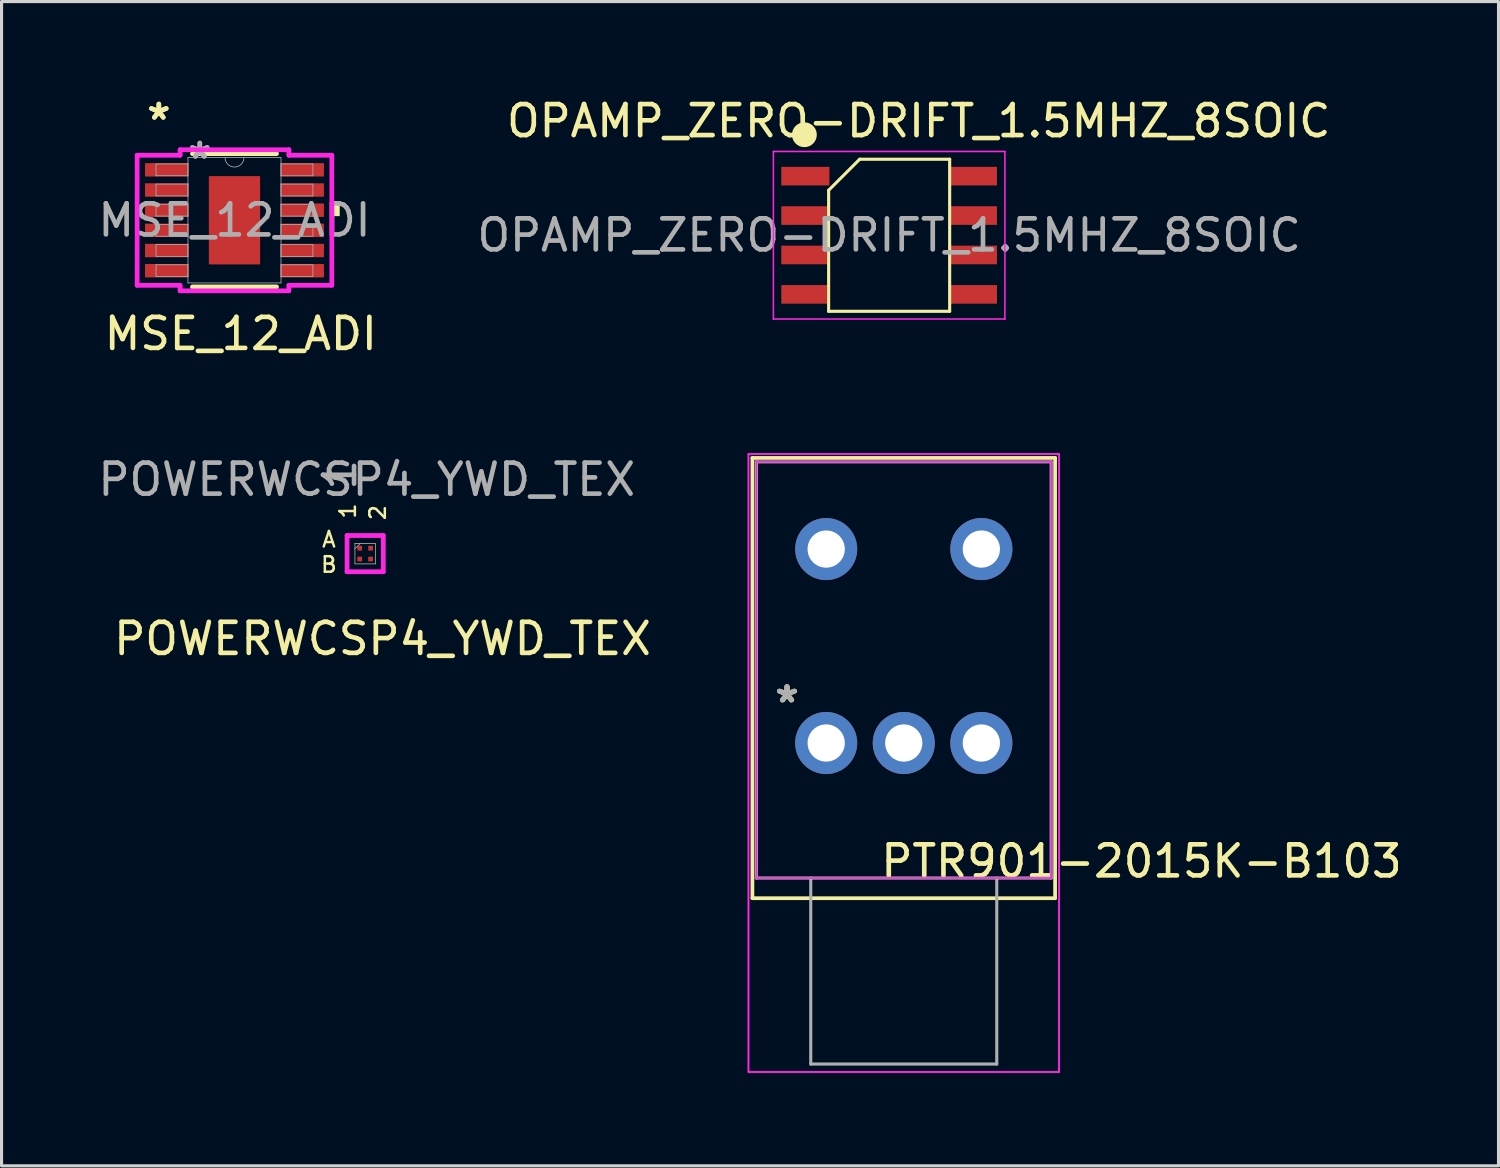
<source format=kicad_pcb>
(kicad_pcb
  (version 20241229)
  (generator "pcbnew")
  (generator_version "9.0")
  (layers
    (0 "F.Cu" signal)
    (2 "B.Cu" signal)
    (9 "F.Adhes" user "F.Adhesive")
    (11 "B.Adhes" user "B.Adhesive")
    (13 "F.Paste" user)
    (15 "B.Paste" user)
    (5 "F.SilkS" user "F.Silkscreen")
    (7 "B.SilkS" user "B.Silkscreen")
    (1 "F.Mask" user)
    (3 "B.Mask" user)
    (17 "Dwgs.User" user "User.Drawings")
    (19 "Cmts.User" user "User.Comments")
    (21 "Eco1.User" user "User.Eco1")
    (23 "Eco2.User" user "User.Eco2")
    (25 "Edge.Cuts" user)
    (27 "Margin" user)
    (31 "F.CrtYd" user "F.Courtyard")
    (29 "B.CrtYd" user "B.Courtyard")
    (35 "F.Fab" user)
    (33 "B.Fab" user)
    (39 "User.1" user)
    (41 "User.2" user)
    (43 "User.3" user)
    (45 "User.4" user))
  (footprint "PTR901-2015K-B103"
    (layer "F.Cu")
    (at 23.573 20.893)
    (property "Reference" "PTR901-2015K-B103" (at 10.16 3.81 0) (layer "F.SilkS") (effects (font (size 1 1) (thickness 0.15))))
    (attr through_hole)
    (fp_line (start -2.377 -9.187) (end -2.377 5) (stroke (width 0.12) (type solid)) (layer "F.SilkS"))
    (fp_line (start -2.377 5) (end 7.377 5) (stroke (width 0.12) (type solid)) (layer "F.SilkS"))
    (fp_line (start 7.377 -9.187) (end -2.377 -9.187) (stroke (width 0.12) (type solid)) (layer "F.SilkS"))
    (fp_line (start 7.377 5) (end 7.377 -9.187) (stroke (width 0.12) (type solid)) (layer "F.SilkS"))
    (fp_line (start -2.504 -9.314) (end -2.504 10.599) (stroke (width 0.05) (type solid)) (layer "F.CrtYd"))
    (fp_line (start -2.504 -9.314) (end -2.504 10.599) (stroke (width 0.05) (type solid)) (layer "F.CrtYd"))
    (fp_line (start -2.504 10.599) (end 7.504 10.599) (stroke (width 0.05) (type solid)) (layer "F.CrtYd"))
    (fp_line (start -2.504 10.599) (end 7.504 10.599) (stroke (width 0.05) (type solid)) (layer "F.CrtYd"))
    (fp_line (start -2.25 -9.06) (end -2.25 4.351) (stroke (width 0.05) (type solid)) (layer "F.CrtYd"))
    (fp_line (start -2.25 4.351) (end 7.25 4.351) (stroke (width 0.05) (type solid)) (layer "F.CrtYd"))
    (fp_line (start 7.25 -9.06) (end -2.25 -9.06) (stroke (width 0.05) (type solid)) (layer "F.CrtYd"))
    (fp_line (start 7.25 4.351) (end 7.25 -9.06) (stroke (width 0.05) (type solid)) (layer "F.CrtYd"))
    (fp_line (start 7.504 -9.314) (end -2.504 -9.314) (stroke (width 0.05) (type solid)) (layer "F.CrtYd"))
    (fp_line (start 7.504 -9.314) (end -2.504 -9.314) (stroke (width 0.05) (type solid)) (layer "F.CrtYd"))
    (fp_line (start 7.504 10.599) (end 7.504 -9.314) (stroke (width 0.05) (type solid)) (layer "F.CrtYd"))
    (fp_line (start 7.504 10.599) (end 7.504 -9.314) (stroke (width 0.05) (type solid)) (layer "F.CrtYd"))
    (fp_line (start -2.25 -9.06) (end -2.25 4.351) (stroke (width 0.1) (type solid)) (layer "F.Fab"))
    (fp_line (start -2.25 4.351) (end 7.25 4.351) (stroke (width 0.1) (type solid)) (layer "F.Fab"))
    (fp_line (start -0.497 4.351) (end -0.497 10.345) (stroke (width 0.1) (type solid)) (layer "F.Fab"))
    (fp_line (start -0.497 10.345) (end 5.497 10.345) (stroke (width 0.1) (type solid)) (layer "F.Fab"))
    (fp_line (start 5.497 4.351) (end 5.497 10.345) (stroke (width 0.1) (type solid)) (layer "F.Fab"))
    (fp_line (start 7.25 -9.06) (end -2.25 -9.06) (stroke (width 0.1) (type solid)) (layer "F.Fab"))
    (fp_line (start 7.25 4.351) (end 7.25 -9.06) (stroke (width 0.1) (type solid)) (layer "F.Fab"))
    (fp_text user "*" (at -1.25 -1.27 0) (layer "F.SilkS") (effects (font (size 1 1) (thickness 0.15))))
    (fp_text user "*" (at -1.27 -1.27 0) (layer "F.SilkS") (effects (font (size 1 1) (thickness 0.15))))
    (fp_text user "*" (at -1.27 -1.27 0) (layer "F.Fab") (effects (font (size 1 1) (thickness 0.15))))
    (fp_text user "*" (at -1.27 -1.27 0) (layer "F.Fab") (effects (font (size 1 1) (thickness 0.15))))
    (pad "1" thru_hole circle (at 0 0.000001) (size 2 2) (drill 1.2) (layers "*.Cu" "*.Mask"))
    (pad "2" thru_hole circle (at 2.5 0.000001) (size 2 2) (drill 1.2) (layers "*.Cu" "*.Mask"))
    (pad "3" thru_hole circle (at 5 0.000001) (size 2 2) (drill 1.2) (layers "*.Cu" "*.Mask"))
    (pad "4" thru_hole circle (at 0 -6.25) (size 2 2) (drill 1.2) (layers "*.Cu" "*.Mask"))
    (pad "6" thru_hole circle (at 5 -6.25) (size 2 2) (drill 1.2) (layers "*.Cu" "*.Mask")))
  (footprint "MSE_12_ADI"
    (layer "F.Cu")
    (at 4.506 4.048)
    (property "Reference" "MSE_12_ADI" (at 0.203 3.658 0) (unlocked yes) (layer "F.SilkS") (effects (font (size 1 1) (thickness 0.15))))
    (attr smd)
    (fp_line (start -1.354 2.146) (end 1.354 2.146) (stroke (width 0.152) (type solid)) (layer "F.SilkS"))
    (fp_line (start 1.354 -2.146) (end -1.354 -2.146) (stroke (width 0.152) (type solid)) (layer "F.SilkS"))
    (fp_poly (pts (xy 3.391 -0.515) (xy 3.391 -0.134) (xy 3.137 -0.134) (xy 3.137 -0.515)) (stroke (width 0) (type solid)) (fill yes) (layer "F.SilkS"))
    (fp_poly (pts (xy -0.726 -1.322) (xy -0.726 -0.1) (xy 0.726 -0.1) (xy 0.726 -1.322)) (stroke (width 0) (type solid)) (fill yes) (layer "F.Paste"))
    (fp_poly (pts (xy -0.726 0.1) (xy -0.726 1.322) (xy 0.726 1.322) (xy 0.726 0.1)) (stroke (width 0) (type solid)) (fill yes) (layer "F.Paste"))
    (fp_line (start -3.137 -2.095) (end -1.753 -2.095) (stroke (width 0.152) (type solid)) (layer "F.CrtYd"))
    (fp_line (start -3.137 2.095) (end -3.137 -2.095) (stroke (width 0.152) (type solid)) (layer "F.CrtYd"))
    (fp_line (start -3.137 2.095) (end -1.753 2.095) (stroke (width 0.152) (type solid)) (layer "F.CrtYd"))
    (fp_line (start -1.753 -2.273) (end 1.753 -2.273) (stroke (width 0.152) (type solid)) (layer "F.CrtYd"))
    (fp_line (start -1.753 -2.095) (end -1.753 -2.273) (stroke (width 0.152) (type solid)) (layer "F.CrtYd"))
    (fp_line (start -1.753 2.273) (end -1.753 2.095) (stroke (width 0.152) (type solid)) (layer "F.CrtYd"))
    (fp_line (start 1.753 -2.273) (end 1.753 -2.095) (stroke (width 0.152) (type solid)) (layer "F.CrtYd"))
    (fp_line (start 1.753 2.095) (end 1.753 2.273) (stroke (width 0.152) (type solid)) (layer "F.CrtYd"))
    (fp_line (start 1.753 2.273) (end -1.753 2.273) (stroke (width 0.152) (type solid)) (layer "F.CrtYd"))
    (fp_line (start 3.137 -2.095) (end 1.753 -2.095) (stroke (width 0.152) (type solid)) (layer "F.CrtYd"))
    (fp_line (start 3.137 -2.095) (end 3.137 2.095) (stroke (width 0.152) (type solid)) (layer "F.CrtYd"))
    (fp_line (start 3.137 2.095) (end 1.753 2.095) (stroke (width 0.152) (type solid)) (layer "F.CrtYd"))
    (fp_line (start -2.527 -1.816) (end -2.527 -1.435) (stroke (width 0.025) (type solid)) (layer "F.Fab"))
    (fp_line (start -2.527 -1.435) (end -1.499 -1.435) (stroke (width 0.025) (type solid)) (layer "F.Fab"))
    (fp_line (start -2.527 -1.166) (end -2.527 -0.785) (stroke (width 0.025) (type solid)) (layer "F.Fab"))
    (fp_line (start -2.527 -0.785) (end -1.499 -0.785) (stroke (width 0.025) (type solid)) (layer "F.Fab"))
    (fp_line (start -2.527 -0.516) (end -2.527 -0.135) (stroke (width 0.025) (type solid)) (layer "F.Fab"))
    (fp_line (start -2.527 -0.135) (end -1.499 -0.135) (stroke (width 0.025) (type solid)) (layer "F.Fab"))
    (fp_line (start -2.527 0.134) (end -2.527 0.515) (stroke (width 0.025) (type solid)) (layer "F.Fab"))
    (fp_line (start -2.527 0.515) (end -1.499 0.515) (stroke (width 0.025) (type solid)) (layer "F.Fab"))
    (fp_line (start -2.527 0.784) (end -2.527 1.165) (stroke (width 0.025) (type solid)) (layer "F.Fab"))
    (fp_line (start -2.527 1.165) (end -1.499 1.165) (stroke (width 0.025) (type solid)) (layer "F.Fab"))
    (fp_line (start -2.527 1.434) (end -2.527 1.815) (stroke (width 0.025) (type solid)) (layer "F.Fab"))
    (fp_line (start -2.527 1.815) (end -1.499 1.815) (stroke (width 0.025) (type solid)) (layer "F.Fab"))
    (fp_line (start -1.499 -2.019) (end -1.499 2.019) (stroke (width 0.025) (type solid)) (layer "F.Fab"))
    (fp_line (start -1.499 -1.816) (end -2.527 -1.816) (stroke (width 0.025) (type solid)) (layer "F.Fab"))
    (fp_line (start -1.499 -1.435) (end -1.499 -1.816) (stroke (width 0.025) (type solid)) (layer "F.Fab"))
    (fp_line (start -1.499 -1.166) (end -2.527 -1.166) (stroke (width 0.025) (type solid)) (layer "F.Fab"))
    (fp_line (start -1.499 -0.785) (end -1.499 -1.166) (stroke (width 0.025) (type solid)) (layer "F.Fab"))
    (fp_line (start -1.499 -0.516) (end -2.527 -0.516) (stroke (width 0.025) (type solid)) (layer "F.Fab"))
    (fp_line (start -1.499 -0.135) (end -1.499 -0.516) (stroke (width 0.025) (type solid)) (layer "F.Fab"))
    (fp_line (start -1.499 0.134) (end -2.527 0.134) (stroke (width 0.025) (type solid)) (layer "F.Fab"))
    (fp_line (start -1.499 0.515) (end -1.499 0.134) (stroke (width 0.025) (type solid)) (layer "F.Fab"))
    (fp_line (start -1.499 0.784) (end -2.527 0.784) (stroke (width 0.025) (type solid)) (layer "F.Fab"))
    (fp_line (start -1.499 1.165) (end -1.499 0.784) (stroke (width 0.025) (type solid)) (layer "F.Fab"))
    (fp_line (start -1.499 1.434) (end -2.527 1.434) (stroke (width 0.025) (type solid)) (layer "F.Fab"))
    (fp_line (start -1.499 1.815) (end -1.499 1.434) (stroke (width 0.025) (type solid)) (layer "F.Fab"))
    (fp_line (start -1.499 2.019) (end 1.499 2.019) (stroke (width 0.025) (type solid)) (layer "F.Fab"))
    (fp_line (start 1.499 -2.019) (end -1.499 -2.019) (stroke (width 0.025) (type solid)) (layer "F.Fab"))
    (fp_line (start 1.499 -1.815) (end 1.499 -1.434) (stroke (width 0.025) (type solid)) (layer "F.Fab"))
    (fp_line (start 1.499 -1.434) (end 2.527 -1.434) (stroke (width 0.025) (type solid)) (layer "F.Fab"))
    (fp_line (start 1.499 -1.165) (end 1.499 -0.784) (stroke (width 0.025) (type solid)) (layer "F.Fab"))
    (fp_line (start 1.499 -0.784) (end 2.527 -0.784) (stroke (width 0.025) (type solid)) (layer "F.Fab"))
    (fp_line (start 1.499 -0.515) (end 1.499 -0.134) (stroke (width 0.025) (type solid)) (layer "F.Fab"))
    (fp_line (start 1.499 -0.134) (end 2.527 -0.134) (stroke (width 0.025) (type solid)) (layer "F.Fab"))
    (fp_line (start 1.499 0.135) (end 1.499 0.516) (stroke (width 0.025) (type solid)) (layer "F.Fab"))
    (fp_line (start 1.499 0.516) (end 2.527 0.516) (stroke (width 0.025) (type solid)) (layer "F.Fab"))
    (fp_line (start 1.499 0.785) (end 1.499 1.166) (stroke (width 0.025) (type solid)) (layer "F.Fab"))
    (fp_line (start 1.499 1.166) (end 2.527 1.166) (stroke (width 0.025) (type solid)) (layer "F.Fab"))
    (fp_line (start 1.499 1.435) (end 1.499 1.816) (stroke (width 0.025) (type solid)) (layer "F.Fab"))
    (fp_line (start 1.499 1.816) (end 2.527 1.816) (stroke (width 0.025) (type solid)) (layer "F.Fab"))
    (fp_line (start 1.499 2.019) (end 1.499 -2.019) (stroke (width 0.025) (type solid)) (layer "F.Fab"))
    (fp_line (start 2.527 -1.815) (end 1.499 -1.815) (stroke (width 0.025) (type solid)) (layer "F.Fab"))
    (fp_line (start 2.527 -1.434) (end 2.527 -1.815) (stroke (width 0.025) (type solid)) (layer "F.Fab"))
    (fp_line (start 2.527 -1.165) (end 1.499 -1.165) (stroke (width 0.025) (type solid)) (layer "F.Fab"))
    (fp_line (start 2.527 -0.784) (end 2.527 -1.165) (stroke (width 0.025) (type solid)) (layer "F.Fab"))
    (fp_line (start 2.527 -0.515) (end 1.499 -0.515) (stroke (width 0.025) (type solid)) (layer "F.Fab"))
    (fp_line (start 2.527 -0.134) (end 2.527 -0.515) (stroke (width 0.025) (type solid)) (layer "F.Fab"))
    (fp_line (start 2.527 0.135) (end 1.499 0.135) (stroke (width 0.025) (type solid)) (layer "F.Fab"))
    (fp_line (start 2.527 0.516) (end 2.527 0.135) (stroke (width 0.025) (type solid)) (layer "F.Fab"))
    (fp_line (start 2.527 0.785) (end 1.499 0.785) (stroke (width 0.025) (type solid)) (layer "F.Fab"))
    (fp_line (start 2.527 1.166) (end 2.527 0.785) (stroke (width 0.025) (type solid)) (layer "F.Fab"))
    (fp_line (start 2.527 1.435) (end 1.499 1.435) (stroke (width 0.025) (type solid)) (layer "F.Fab"))
    (fp_line (start 2.527 1.816) (end 2.527 1.435) (stroke (width 0.025) (type solid)) (layer "F.Fab"))
    (fp_arc (start 0.3048 -2.0193) (mid 0 -1.7145) (end -0.3048 -2.0193) (stroke (width 0.0254) (type solid)) (layer "F.Fab"))
    (fp_text user "*" (at -2.438 -3.2 0) (unlocked yes) (layer "F.SilkS") (effects (font (size 1 1) (thickness 0.15))))
    (fp_text user "*" (at -2.438 -3.2 0) (layer "F.SilkS") (effects (font (size 1 1) (thickness 0.15))))
    (fp_text user "*" (at -1.118 -1.943 0) (layer "F.Fab") (effects (font (size 1 1) (thickness 0.15))))
    (fp_text user "*" (at -1.118 -1.943 0) (unlocked yes) (layer "F.Fab") (effects (font (size 1 1) (thickness 0.15))))
    (fp_text user "${REFERENCE}" (at 0 0 0) (unlocked yes) (layer "F.Fab") (effects (font (size 1 1) (thickness 0.15))))
    (pad "1" smd rect (at -2.184 -1.625) (size 1.397 0.432) (layers "F.Cu" "F.Mask" "F.Paste"))
    (pad "2" smd rect (at -2.184 -0.975) (size 1.397 0.432) (layers "F.Cu" "F.Mask" "F.Paste"))
    (pad "3" smd rect (at -2.184 -0.325) (size 1.397 0.432) (layers "F.Cu" "F.Mask" "F.Paste"))
    (pad "4" smd rect (at -2.184 0.325) (size 1.397 0.432) (layers "F.Cu" "F.Mask" "F.Paste"))
    (pad "5" smd rect (at -2.184 0.975) (size 1.397 0.432) (layers "F.Cu" "F.Mask" "F.Paste"))
    (pad "6" smd rect (at -2.184 1.625) (size 1.397 0.432) (layers "F.Cu" "F.Mask" "F.Paste"))
    (pad "7" smd rect (at 2.184 1.625) (size 1.397 0.432) (layers "F.Cu" "F.Mask" "F.Paste"))
    (pad "8" smd rect (at 2.184 0.975) (size 1.397 0.432) (layers "F.Cu" "F.Mask" "F.Paste"))
    (pad "9" smd rect (at 2.184 0.325) (size 1.397 0.432) (layers "F.Cu" "F.Mask" "F.Paste"))
    (pad "10" smd rect (at 2.184 -0.325) (size 1.397 0.432) (layers "F.Cu" "F.Mask" "F.Paste"))
    (pad "11" smd rect (at 2.184 -0.975) (size 1.397 0.432) (layers "F.Cu" "F.Mask" "F.Paste"))
    (pad "12" smd rect (at 2.184 -1.625) (size 1.397 0.432) (layers "F.Cu" "F.Mask" "F.Paste"))
    (pad "EPAD" smd rect (at 0 0) (size 1.651 2.845) (layers "F.Cu" "F.Mask")))
  (footprint "POWERWCSP4_YWD_TEX"
    (layer "F.Cu")
    (at 8.717 14.79)
    (property "Reference" "POWERWCSP4_YWD_TEX" (at 0.559 2.743 0) (unlocked yes) (layer "F.SilkS") (effects (font (size 1 1) (thickness 0.15))))
    (attr smd)
    (fp_poly (pts (xy -0.794 -0.795) (xy 0.794 -0.795) (xy 0.794 0.795) (xy -0.794 0.795)) (stroke (width 0.1) (type solid)) (fill no) (layer "Eco2.User"))
    (fp_line (start -0.584 -0.584) (end 0.584 -0.584) (stroke (width 0.152) (type solid)) (layer "F.CrtYd"))
    (fp_line (start -0.584 0.584) (end -0.584 -0.584) (stroke (width 0.152) (type solid)) (layer "F.CrtYd"))
    (fp_line (start 0.584 -0.584) (end 0.584 0.584) (stroke (width 0.152) (type solid)) (layer "F.CrtYd"))
    (fp_line (start 0.584 0.584) (end -0.584 0.584) (stroke (width 0.152) (type solid)) (layer "F.CrtYd"))
    (fp_line (start -0.33 -0.33) (end -0.33 0.33) (stroke (width 0.025) (type solid)) (layer "F.Fab"))
    (fp_line (start -0.33 0.33) (end 0.33 0.33) (stroke (width 0.025) (type solid)) (layer "F.Fab"))
    (fp_line (start -0.155 -0.33) (end -0.33 -0.155) (stroke (width 0.025) (type solid)) (layer "F.Fab"))
    (fp_line (start 0.33 -0.33) (end -0.33 -0.33) (stroke (width 0.025) (type solid)) (layer "F.Fab"))
    (fp_line (start 0.33 0.33) (end 0.33 -0.33) (stroke (width 0.025) (type solid)) (layer "F.Fab"))
    (fp_text user "1" (at -0.559 -1.372 90) (unlocked yes) (layer "F.SilkS") (effects (font (size 0.5 0.5) (thickness 0.08))))
    (fp_text user "B" (at -1.168 0.356 0) (unlocked yes) (layer "F.SilkS") (effects (font (size 0.5 0.5) (thickness 0.08))))
    (fp_text user "A" (at -1.168 -0.457 0) (unlocked yes) (layer "F.SilkS") (effects (font (size 0.5 0.5) (thickness 0.08))))
    (fp_text user "2" (at 0.406 -1.321 90) (unlocked yes) (layer "F.SilkS") (effects (font (size 0.5 0.5) (thickness 0.08))))
    (fp_text user "1" (at -0.813 -2.54 90) (unlocked yes) (layer "F.Fab") (effects (font (size 1 1) (thickness 0.15))))
    (fp_text user "${REFERENCE}" (at 0.051 -2.388 0) (unlocked yes) (layer "F.Fab") (effects (font (size 1 1) (thickness 0.15))))
    (pad "A1" smd rect (at -0.175 -0.175) (size 0.152 0.152) (layers "F.Cu" "F.Mask" "F.Paste"))
    (pad "A2" smd rect (at 0.175 -0.175) (size 0.152 0.152) (layers "F.Cu" "F.Mask" "F.Paste"))
    (pad "B1" smd rect (at -0.175 0.175) (size 0.152 0.152) (layers "F.Cu" "F.Mask" "F.Paste"))
    (pad "B2" smd rect (at 0.175 0.175) (size 0.152 0.152) (layers "F.Cu" "F.Mask" "F.Paste")))
  (footprint "OPAMP_ZERO-DRIFT_1.5MHZ_8SOIC"
    (layer "F.Cu")
    (at 25.602 4.531)
    (property "Reference" "OPAMP_ZERO-DRIFT_1.5MHZ_8SOIC" (at 0.953 -3.683 0) (layer "F.SilkS") (effects (font (size 1 1) (thickness 0.15))))
    (attr smd)
    (fp_line (start -1.95 -1.45) (end -0.95 -2.45) (stroke (width 0.1) (type solid)) (layer "F.SilkS"))
    (fp_line (start -1.95 2.45) (end -1.95 -1.45) (stroke (width 0.1) (type solid)) (layer "F.SilkS"))
    (fp_line (start -0.95 -2.45) (end 1.95 -2.45) (stroke (width 0.1) (type solid)) (layer "F.SilkS"))
    (fp_line (start 1.95 -2.45) (end 1.95 2.45) (stroke (width 0.1) (type solid)) (layer "F.SilkS"))
    (fp_line (start 1.95 2.45) (end -1.95 2.45) (stroke (width 0.1) (type solid)) (layer "F.SilkS"))
    (fp_line (start -3.73 -2.7) (end -3.73 2.7) (stroke (width 0.05) (type solid)) (layer "F.CrtYd"))
    (fp_line (start -3.73 -2.7) (end 3.73 -2.7) (stroke (width 0.05) (type solid)) (layer "F.CrtYd"))
    (fp_line (start -3.73 2.7) (end 3.73 2.7) (stroke (width 0.05) (type solid)) (layer "F.CrtYd"))
    (fp_line (start 3.73 -2.7) (end 3.73 2.7) (stroke (width 0.05) (type solid)) (layer "F.CrtYd"))
    (fp_text user "${REFERENCE}" (at 0 0 0) (layer "F.Fab") (effects (font (size 1 1) (thickness 0.15))))
    (pad "" smd circle (at -2.731 -3.239) (size 0.8 0.8) (layers "F.SilkS"))
    (pad "1" smd rect (at -2.7 -1.905) (size 1.55 0.6) (layers "F.Cu" "F.Mask" "F.Paste"))
    (pad "2" smd rect (at -2.7 -0.635) (size 1.55 0.6) (layers "F.Cu" "F.Mask" "F.Paste"))
    (pad "3" smd rect (at -2.7 0.635) (size 1.55 0.6) (layers "F.Cu" "F.Mask" "F.Paste"))
    (pad "4" smd rect (at -2.7 1.905) (size 1.55 0.6) (layers "F.Cu" "F.Mask" "F.Paste"))
    (pad "5" smd rect (at 2.7 1.905) (size 1.55 0.6) (layers "F.Cu" "F.Mask" "F.Paste"))
    (pad "6" smd rect (at 2.7 0.635) (size 1.55 0.6) (layers "F.Cu" "F.Mask" "F.Paste"))
    (pad "7" smd rect (at 2.7 -0.635) (size 1.55 0.6) (layers "F.Cu" "F.Mask" "F.Paste"))
    (pad "8" smd rect (at 2.7 -1.905) (size 1.55 0.6) (layers "F.Cu" "F.Mask" "F.Paste")))
  (gr_rect
    (start -3 -3)
    (end 45.238 34.518)
    (stroke (width 0.1) (type default))
    (fill no)
    (layer "Edge.Cuts")))
</source>
